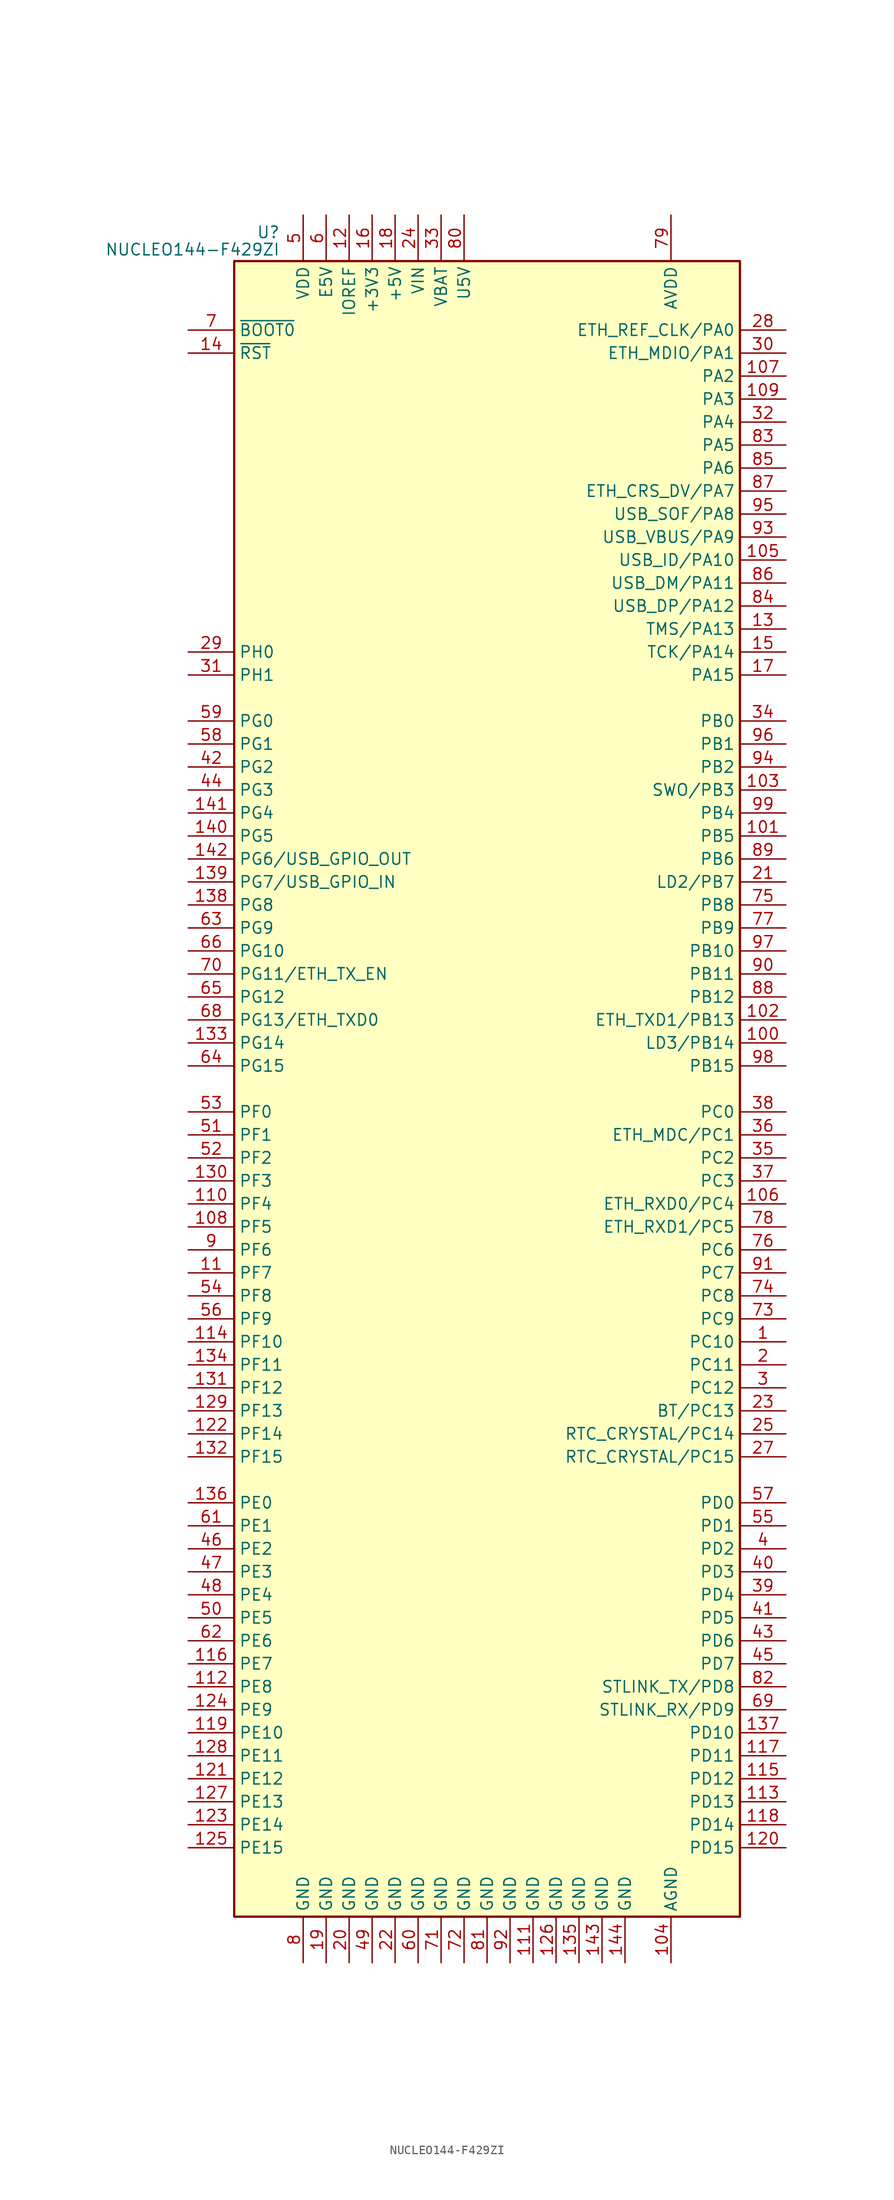
<source format=kicad_sym>
(kicad_symbol_lib
  (version 20211014)
  (generator kicad_symbol_editor)
  (symbol "NUCLEO144-F429ZI"
    (property "Reference" "U"
      (at -22.86 94.615 0)
      (effects (font (size 1.27 1.27)) (justify right)))
    (property "Value" "NUCLEO144-F429ZI"
      (at -22.86 92.71 0)
      (effects (font (size 1.27 1.27)) (justify right)))
    (symbol "NUCLEO144-F429ZI_0_1"
      (rectangle (start -27.94 -91.44) (end 27.94 91.44) (stroke (width 0.254) (type default) (color 0 0 0 0)) (fill (type background))))
    (symbol "NUCLEO144-F429ZI_1_1"
      (pin bidirectional line (at 33.02 -27.94 180) (length 5.08) (name "PC10" (effects (font (size 1.27 1.27)))) (number "1" (effects (font (size 1.27 1.27)))))
      (pin no_connect line (at -33.02 55.88 0) (length 5.08) hide (name "NC" (effects (font (size 1.27 1.27)))) (number "10" (effects (font (size 1.27 1.27)))))
      (pin bidirectional line (at 33.02 5.08 180) (length 5.08) (name "LD3/PB14" (effects (font (size 1.27 1.27)))) (number "100" (effects (font (size 1.27 1.27)))))
      (pin bidirectional line (at 33.02 27.94 180) (length 5.08) (name "PB5" (effects (font (size 1.27 1.27)))) (number "101" (effects (font (size 1.27 1.27)))))
      (pin bidirectional line (at 33.02 7.62 180) (length 5.08) (name "ETH_TXD1/PB13" (effects (font (size 1.27 1.27)))) (number "102" (effects (font (size 1.27 1.27)))))
      (pin bidirectional line (at 33.02 33.02 180) (length 5.08) (name "SWO/PB3" (effects (font (size 1.27 1.27)))) (number "103" (effects (font (size 1.27 1.27)))))
      (pin power_in line (at 20.32 -96.52 90) (length 5.08) (name "AGND" (effects (font (size 1.27 1.27)))) (number "104" (effects (font (size 1.27 1.27)))))
      (pin bidirectional line (at 33.02 58.42 180) (length 5.08) (name "USB_ID/PA10" (effects (font (size 1.27 1.27)))) (number "105" (effects (font (size 1.27 1.27)))))
      (pin bidirectional line (at 33.02 -12.7 180) (length 5.08) (name "ETH_RXD0/PC4" (effects (font (size 1.27 1.27)))) (number "106" (effects (font (size 1.27 1.27)))))
      (pin bidirectional line (at 33.02 78.74 180) (length 5.08) (name "PA2" (effects (font (size 1.27 1.27)))) (number "107" (effects (font (size 1.27 1.27)))))
      (pin bidirectional line (at -33.02 -15.24 0) (length 5.08) (name "PF5" (effects (font (size 1.27 1.27)))) (number "108" (effects (font (size 1.27 1.27)))))
      (pin bidirectional line (at 33.02 76.2 180) (length 5.08) (name "PA3" (effects (font (size 1.27 1.27)))) (number "109" (effects (font (size 1.27 1.27)))))
      (pin bidirectional line (at -33.02 -20.32 0) (length 5.08) (name "PF7" (effects (font (size 1.27 1.27)))) (number "11" (effects (font (size 1.27 1.27)))))
      (pin bidirectional line (at -33.02 -12.7 0) (length 5.08) (name "PF4" (effects (font (size 1.27 1.27)))) (number "110" (effects (font (size 1.27 1.27)))))
      (pin power_in line (at 5.08 -96.52 90) (length 5.08) (name "GND" (effects (font (size 1.27 1.27)))) (number "111" (effects (font (size 1.27 1.27)))))
      (pin bidirectional line (at -33.02 -66.04 0) (length 5.08) (name "PE8" (effects (font (size 1.27 1.27)))) (number "112" (effects (font (size 1.27 1.27)))))
      (pin bidirectional line (at 33.02 -78.74 180) (length 5.08) (name "PD13" (effects (font (size 1.27 1.27)))) (number "113" (effects (font (size 1.27 1.27)))))
      (pin bidirectional line (at -33.02 -27.94 0) (length 5.08) (name "PF10" (effects (font (size 1.27 1.27)))) (number "114" (effects (font (size 1.27 1.27)))))
      (pin bidirectional line (at 33.02 -76.2 180) (length 5.08) (name "PD12" (effects (font (size 1.27 1.27)))) (number "115" (effects (font (size 1.27 1.27)))))
      (pin bidirectional line (at -33.02 -63.5 0) (length 5.08) (name "PE7" (effects (font (size 1.27 1.27)))) (number "116" (effects (font (size 1.27 1.27)))))
      (pin bidirectional line (at 33.02 -73.66 180) (length 5.08) (name "PD11" (effects (font (size 1.27 1.27)))) (number "117" (effects (font (size 1.27 1.27)))))
      (pin bidirectional line (at 33.02 -81.28 180) (length 5.08) (name "PD14" (effects (font (size 1.27 1.27)))) (number "118" (effects (font (size 1.27 1.27)))))
      (pin bidirectional line (at -33.02 -71.12 0) (length 5.08) (name "PE10" (effects (font (size 1.27 1.27)))) (number "119" (effects (font (size 1.27 1.27)))))
      (pin power_in line (at -15.24 96.52 270) (length 5.08) (name "IOREF" (effects (font (size 1.27 1.27)))) (number "12" (effects (font (size 1.27 1.27)))))
      (pin bidirectional line (at 33.02 -83.82 180) (length 5.08) (name "PD15" (effects (font (size 1.27 1.27)))) (number "120" (effects (font (size 1.27 1.27)))))
      (pin bidirectional line (at -33.02 -76.2 0) (length 5.08) (name "PE12" (effects (font (size 1.27 1.27)))) (number "121" (effects (font (size 1.27 1.27)))))
      (pin bidirectional line (at -33.02 -38.1 0) (length 5.08) (name "PF14" (effects (font (size 1.27 1.27)))) (number "122" (effects (font (size 1.27 1.27)))))
      (pin bidirectional line (at -33.02 -81.28 0) (length 5.08) (name "PE14" (effects (font (size 1.27 1.27)))) (number "123" (effects (font (size 1.27 1.27)))))
      (pin bidirectional line (at -33.02 -68.58 0) (length 5.08) (name "PE9" (effects (font (size 1.27 1.27)))) (number "124" (effects (font (size 1.27 1.27)))))
      (pin bidirectional line (at -33.02 -83.82 0) (length 5.08) (name "PE15" (effects (font (size 1.27 1.27)))) (number "125" (effects (font (size 1.27 1.27)))))
      (pin power_in line (at 7.62 -96.52 90) (length 5.08) (name "GND" (effects (font (size 1.27 1.27)))) (number "126" (effects (font (size 1.27 1.27)))))
      (pin bidirectional line (at -33.02 -78.74 0) (length 5.08) (name "PE13" (effects (font (size 1.27 1.27)))) (number "127" (effects (font (size 1.27 1.27)))))
      (pin bidirectional line (at -33.02 -73.66 0) (length 5.08) (name "PE11" (effects (font (size 1.27 1.27)))) (number "128" (effects (font (size 1.27 1.27)))))
      (pin bidirectional line (at -33.02 -35.56 0) (length 5.08) (name "PF13" (effects (font (size 1.27 1.27)))) (number "129" (effects (font (size 1.27 1.27)))))
      (pin bidirectional line (at 33.02 50.8 180) (length 5.08) (name "TMS/PA13" (effects (font (size 1.27 1.27)))) (number "13" (effects (font (size 1.27 1.27)))))
      (pin bidirectional line (at -33.02 -10.16 0) (length 5.08) (name "PF3" (effects (font (size 1.27 1.27)))) (number "130" (effects (font (size 1.27 1.27)))))
      (pin bidirectional line (at -33.02 -33.02 0) (length 5.08) (name "PF12" (effects (font (size 1.27 1.27)))) (number "131" (effects (font (size 1.27 1.27)))))
      (pin bidirectional line (at -33.02 -40.64 0) (length 5.08) (name "PF15" (effects (font (size 1.27 1.27)))) (number "132" (effects (font (size 1.27 1.27)))))
      (pin bidirectional line (at -33.02 5.08 0) (length 5.08) (name "PG14" (effects (font (size 1.27 1.27)))) (number "133" (effects (font (size 1.27 1.27)))))
      (pin bidirectional line (at -33.02 -30.48 0) (length 5.08) (name "PF11" (effects (font (size 1.27 1.27)))) (number "134" (effects (font (size 1.27 1.27)))))
      (pin power_in line (at 10.16 -96.52 90) (length 5.08) (name "GND" (effects (font (size 1.27 1.27)))) (number "135" (effects (font (size 1.27 1.27)))))
      (pin bidirectional line (at -33.02 -45.72 0) (length 5.08) (name "PE0" (effects (font (size 1.27 1.27)))) (number "136" (effects (font (size 1.27 1.27)))))
      (pin bidirectional line (at 33.02 -71.12 180) (length 5.08) (name "PD10" (effects (font (size 1.27 1.27)))) (number "137" (effects (font (size 1.27 1.27)))))
      (pin bidirectional line (at -33.02 20.32 0) (length 5.08) (name "PG8" (effects (font (size 1.27 1.27)))) (number "138" (effects (font (size 1.27 1.27)))))
      (pin bidirectional line (at -33.02 22.86 0) (length 5.08) (name "PG7/USB_GPIO_IN" (effects (font (size 1.27 1.27)))) (number "139" (effects (font (size 1.27 1.27)))))
      (pin input line (at -33.02 81.28 0) (length 5.08) (name "~{RST}" (effects (font (size 1.27 1.27)))) (number "14" (effects (font (size 1.27 1.27)))))
      (pin bidirectional line (at -33.02 27.94 0) (length 5.08) (name "PG5" (effects (font (size 1.27 1.27)))) (number "140" (effects (font (size 1.27 1.27)))))
      (pin bidirectional line (at -33.02 30.48 0) (length 5.08) (name "PG4" (effects (font (size 1.27 1.27)))) (number "141" (effects (font (size 1.27 1.27)))))
      (pin bidirectional line (at -33.02 25.4 0) (length 5.08) (name "PG6/USB_GPIO_OUT" (effects (font (size 1.27 1.27)))) (number "142" (effects (font (size 1.27 1.27)))))
      (pin power_in line (at 12.7 -96.52 90) (length 5.08) (name "GND" (effects (font (size 1.27 1.27)))) (number "143" (effects (font (size 1.27 1.27)))))
      (pin power_in line (at 15.24 -96.52 90) (length 5.08) (name "GND" (effects (font (size 1.27 1.27)))) (number "144" (effects (font (size 1.27 1.27)))))
      (pin bidirectional line (at 33.02 48.26 180) (length 5.08) (name "TCK/PA14" (effects (font (size 1.27 1.27)))) (number "15" (effects (font (size 1.27 1.27)))))
      (pin power_in line (at -12.7 96.52 270) (length 5.08) (name "+3V3" (effects (font (size 1.27 1.27)))) (number "16" (effects (font (size 1.27 1.27)))))
      (pin bidirectional line (at 33.02 45.72 180) (length 5.08) (name "PA15" (effects (font (size 1.27 1.27)))) (number "17" (effects (font (size 1.27 1.27)))))
      (pin power_in line (at -10.16 96.52 270) (length 5.08) (name "+5V" (effects (font (size 1.27 1.27)))) (number "18" (effects (font (size 1.27 1.27)))))
      (pin power_in line (at -17.78 -96.52 90) (length 5.08) (name "GND" (effects (font (size 1.27 1.27)))) (number "19" (effects (font (size 1.27 1.27)))))
      (pin bidirectional line (at 33.02 -30.48 180) (length 5.08) (name "PC11" (effects (font (size 1.27 1.27)))) (number "2" (effects (font (size 1.27 1.27)))))
      (pin power_in line (at -15.24 -96.52 90) (length 5.08) (name "GND" (effects (font (size 1.27 1.27)))) (number "20" (effects (font (size 1.27 1.27)))))
      (pin bidirectional line (at 33.02 22.86 180) (length 5.08) (name "LD2/PB7" (effects (font (size 1.27 1.27)))) (number "21" (effects (font (size 1.27 1.27)))))
      (pin power_in line (at -10.16 -96.52 90) (length 5.08) (name "GND" (effects (font (size 1.27 1.27)))) (number "22" (effects (font (size 1.27 1.27)))))
      (pin bidirectional line (at 33.02 -35.56 180) (length 5.08) (name "BT/PC13" (effects (font (size 1.27 1.27)))) (number "23" (effects (font (size 1.27 1.27)))))
      (pin power_in line (at -7.62 96.52 270) (length 5.08) (name "VIN" (effects (font (size 1.27 1.27)))) (number "24" (effects (font (size 1.27 1.27)))))
      (pin bidirectional line (at 33.02 -38.1 180) (length 5.08) (name "RTC_CRYSTAL/PC14" (effects (font (size 1.27 1.27)))) (number "25" (effects (font (size 1.27 1.27)))))
      (pin no_connect line (at -33.02 58.42 0) (length 5.08) hide (name "NC" (effects (font (size 1.27 1.27)))) (number "26" (effects (font (size 1.27 1.27)))))
      (pin bidirectional line (at 33.02 -40.64 180) (length 5.08) (name "RTC_CRYSTAL/PC15" (effects (font (size 1.27 1.27)))) (number "27" (effects (font (size 1.27 1.27)))))
      (pin bidirectional line (at 33.02 83.82 180) (length 5.08) (name "ETH_REF_CLK/PA0" (effects (font (size 1.27 1.27)))) (number "28" (effects (font (size 1.27 1.27)))))
      (pin bidirectional line (at -33.02 48.26 0) (length 5.08) (name "PH0" (effects (font (size 1.27 1.27)))) (number "29" (effects (font (size 1.27 1.27)))))
      (pin bidirectional line (at 33.02 -33.02 180) (length 5.08) (name "PC12" (effects (font (size 1.27 1.27)))) (number "3" (effects (font (size 1.27 1.27)))))
      (pin bidirectional line (at 33.02 81.28 180) (length 5.08) (name "ETH_MDIO/PA1" (effects (font (size 1.27 1.27)))) (number "30" (effects (font (size 1.27 1.27)))))
      (pin bidirectional line (at -33.02 45.72 0) (length 5.08) (name "PH1" (effects (font (size 1.27 1.27)))) (number "31" (effects (font (size 1.27 1.27)))))
      (pin bidirectional line (at 33.02 73.66 180) (length 5.08) (name "PA4" (effects (font (size 1.27 1.27)))) (number "32" (effects (font (size 1.27 1.27)))))
      (pin power_in line (at -5.08 96.52 270) (length 5.08) (name "VBAT" (effects (font (size 1.27 1.27)))) (number "33" (effects (font (size 1.27 1.27)))))
      (pin bidirectional line (at 33.02 40.64 180) (length 5.08) (name "PB0" (effects (font (size 1.27 1.27)))) (number "34" (effects (font (size 1.27 1.27)))))
      (pin bidirectional line (at 33.02 -7.62 180) (length 5.08) (name "PC2" (effects (font (size 1.27 1.27)))) (number "35" (effects (font (size 1.27 1.27)))))
      (pin bidirectional line (at 33.02 -5.08 180) (length 5.08) (name "ETH_MDC/PC1" (effects (font (size 1.27 1.27)))) (number "36" (effects (font (size 1.27 1.27)))))
      (pin bidirectional line (at 33.02 -10.16 180) (length 5.08) (name "PC3" (effects (font (size 1.27 1.27)))) (number "37" (effects (font (size 1.27 1.27)))))
      (pin bidirectional line (at 33.02 -2.54 180) (length 5.08) (name "PC0" (effects (font (size 1.27 1.27)))) (number "38" (effects (font (size 1.27 1.27)))))
      (pin bidirectional line (at 33.02 -55.88 180) (length 5.08) (name "PD4" (effects (font (size 1.27 1.27)))) (number "39" (effects (font (size 1.27 1.27)))))
      (pin bidirectional line (at 33.02 -50.8 180) (length 5.08) (name "PD2" (effects (font (size 1.27 1.27)))) (number "4" (effects (font (size 1.27 1.27)))))
      (pin bidirectional line (at 33.02 -53.34 180) (length 5.08) (name "PD3" (effects (font (size 1.27 1.27)))) (number "40" (effects (font (size 1.27 1.27)))))
      (pin bidirectional line (at 33.02 -58.42 180) (length 5.08) (name "PD5" (effects (font (size 1.27 1.27)))) (number "41" (effects (font (size 1.27 1.27)))))
      (pin bidirectional line (at -33.02 35.56 0) (length 5.08) (name "PG2" (effects (font (size 1.27 1.27)))) (number "42" (effects (font (size 1.27 1.27)))))
      (pin bidirectional line (at 33.02 -60.96 180) (length 5.08) (name "PD6" (effects (font (size 1.27 1.27)))) (number "43" (effects (font (size 1.27 1.27)))))
      (pin bidirectional line (at -33.02 33.02 0) (length 5.08) (name "PG3" (effects (font (size 1.27 1.27)))) (number "44" (effects (font (size 1.27 1.27)))))
      (pin bidirectional line (at 33.02 -63.5 180) (length 5.08) (name "PD7" (effects (font (size 1.27 1.27)))) (number "45" (effects (font (size 1.27 1.27)))))
      (pin bidirectional line (at -33.02 -50.8 0) (length 5.08) (name "PE2" (effects (font (size 1.27 1.27)))) (number "46" (effects (font (size 1.27 1.27)))))
      (pin bidirectional line (at -33.02 -53.34 0) (length 5.08) (name "PE3" (effects (font (size 1.27 1.27)))) (number "47" (effects (font (size 1.27 1.27)))))
      (pin bidirectional line (at -33.02 -55.88 0) (length 5.08) (name "PE4" (effects (font (size 1.27 1.27)))) (number "48" (effects (font (size 1.27 1.27)))))
      (pin power_in line (at -12.7 -96.52 90) (length 5.08) (name "GND" (effects (font (size 1.27 1.27)))) (number "49" (effects (font (size 1.27 1.27)))))
      (pin power_in line (at -20.32 96.52 270) (length 5.08) (name "VDD" (effects (font (size 1.27 1.27)))) (number "5" (effects (font (size 1.27 1.27)))))
      (pin bidirectional line (at -33.02 -58.42 0) (length 5.08) (name "PE5" (effects (font (size 1.27 1.27)))) (number "50" (effects (font (size 1.27 1.27)))))
      (pin bidirectional line (at -33.02 -5.08 0) (length 5.08) (name "PF1" (effects (font (size 1.27 1.27)))) (number "51" (effects (font (size 1.27 1.27)))))
      (pin bidirectional line (at -33.02 -7.62 0) (length 5.08) (name "PF2" (effects (font (size 1.27 1.27)))) (number "52" (effects (font (size 1.27 1.27)))))
      (pin bidirectional line (at -33.02 -2.54 0) (length 5.08) (name "PF0" (effects (font (size 1.27 1.27)))) (number "53" (effects (font (size 1.27 1.27)))))
      (pin bidirectional line (at -33.02 -22.86 0) (length 5.08) (name "PF8" (effects (font (size 1.27 1.27)))) (number "54" (effects (font (size 1.27 1.27)))))
      (pin bidirectional line (at 33.02 -48.26 180) (length 5.08) (name "PD1" (effects (font (size 1.27 1.27)))) (number "55" (effects (font (size 1.27 1.27)))))
      (pin bidirectional line (at -33.02 -25.4 0) (length 5.08) (name "PF9" (effects (font (size 1.27 1.27)))) (number "56" (effects (font (size 1.27 1.27)))))
      (pin bidirectional line (at 33.02 -45.72 180) (length 5.08) (name "PD0" (effects (font (size 1.27 1.27)))) (number "57" (effects (font (size 1.27 1.27)))))
      (pin bidirectional line (at -33.02 38.1 0) (length 5.08) (name "PG1" (effects (font (size 1.27 1.27)))) (number "58" (effects (font (size 1.27 1.27)))))
      (pin bidirectional line (at -33.02 40.64 0) (length 5.08) (name "PG0" (effects (font (size 1.27 1.27)))) (number "59" (effects (font (size 1.27 1.27)))))
      (pin power_in line (at -17.78 96.52 270) (length 5.08) (name "E5V" (effects (font (size 1.27 1.27)))) (number "6" (effects (font (size 1.27 1.27)))))
      (pin power_in line (at -7.62 -96.52 90) (length 5.08) (name "GND" (effects (font (size 1.27 1.27)))) (number "60" (effects (font (size 1.27 1.27)))))
      (pin bidirectional line (at -33.02 -48.26 0) (length 5.08) (name "PE1" (effects (font (size 1.27 1.27)))) (number "61" (effects (font (size 1.27 1.27)))))
      (pin bidirectional line (at -33.02 -60.96 0) (length 5.08) (name "PE6" (effects (font (size 1.27 1.27)))) (number "62" (effects (font (size 1.27 1.27)))))
      (pin bidirectional line (at -33.02 17.78 0) (length 5.08) (name "PG9" (effects (font (size 1.27 1.27)))) (number "63" (effects (font (size 1.27 1.27)))))
      (pin bidirectional line (at -33.02 2.54 0) (length 5.08) (name "PG15" (effects (font (size 1.27 1.27)))) (number "64" (effects (font (size 1.27 1.27)))))
      (pin bidirectional line (at -33.02 10.16 0) (length 5.08) (name "PG12" (effects (font (size 1.27 1.27)))) (number "65" (effects (font (size 1.27 1.27)))))
      (pin bidirectional line (at -33.02 15.24 0) (length 5.08) (name "PG10" (effects (font (size 1.27 1.27)))) (number "66" (effects (font (size 1.27 1.27)))))
      (pin no_connect line (at -33.02 53.34 0) (length 5.08) hide (name "NC" (effects (font (size 1.27 1.27)))) (number "67" (effects (font (size 1.27 1.27)))))
      (pin bidirectional line (at -33.02 7.62 0) (length 5.08) (name "PG13/ETH_TXD0" (effects (font (size 1.27 1.27)))) (number "68" (effects (font (size 1.27 1.27)))))
      (pin bidirectional line (at 33.02 -68.58 180) (length 5.08) (name "STLINK_RX/PD9" (effects (font (size 1.27 1.27)))) (number "69" (effects (font (size 1.27 1.27)))))
      (pin input line (at -33.02 83.82 0) (length 5.08) (name "~{BOOT0}" (effects (font (size 1.27 1.27)))) (number "7" (effects (font (size 1.27 1.27)))))
      (pin bidirectional line (at -33.02 12.7 0) (length 5.08) (name "PG11/ETH_TX_EN" (effects (font (size 1.27 1.27)))) (number "70" (effects (font (size 1.27 1.27)))))
      (pin power_in line (at -5.08 -96.52 90) (length 5.08) (name "GND" (effects (font (size 1.27 1.27)))) (number "71" (effects (font (size 1.27 1.27)))))
      (pin power_in line (at -2.54 -96.52 90) (length 5.08) (name "GND" (effects (font (size 1.27 1.27)))) (number "72" (effects (font (size 1.27 1.27)))))
      (pin bidirectional line (at 33.02 -25.4 180) (length 5.08) (name "PC9" (effects (font (size 1.27 1.27)))) (number "73" (effects (font (size 1.27 1.27)))))
      (pin bidirectional line (at 33.02 -22.86 180) (length 5.08) (name "PC8" (effects (font (size 1.27 1.27)))) (number "74" (effects (font (size 1.27 1.27)))))
      (pin bidirectional line (at 33.02 20.32 180) (length 5.08) (name "PB8" (effects (font (size 1.27 1.27)))) (number "75" (effects (font (size 1.27 1.27)))))
      (pin bidirectional line (at 33.02 -17.78 180) (length 5.08) (name "PC6" (effects (font (size 1.27 1.27)))) (number "76" (effects (font (size 1.27 1.27)))))
      (pin bidirectional line (at 33.02 17.78 180) (length 5.08) (name "PB9" (effects (font (size 1.27 1.27)))) (number "77" (effects (font (size 1.27 1.27)))))
      (pin bidirectional line (at 33.02 -15.24 180) (length 5.08) (name "ETH_RXD1/PC5" (effects (font (size 1.27 1.27)))) (number "78" (effects (font (size 1.27 1.27)))))
      (pin power_in line (at 20.32 96.52 270) (length 5.08) (name "AVDD" (effects (font (size 1.27 1.27)))) (number "79" (effects (font (size 1.27 1.27)))))
      (pin power_in line (at -20.32 -96.52 90) (length 5.08) (name "GND" (effects (font (size 1.27 1.27)))) (number "8" (effects (font (size 1.27 1.27)))))
      (pin power_in line (at -2.54 96.52 270) (length 5.08) (name "U5V" (effects (font (size 1.27 1.27)))) (number "80" (effects (font (size 1.27 1.27)))))
      (pin power_in line (at 0 -96.52 90) (length 5.08) (name "GND" (effects (font (size 1.27 1.27)))) (number "81" (effects (font (size 1.27 1.27)))))
      (pin bidirectional line (at 33.02 -66.04 180) (length 5.08) (name "STLINK_TX/PD8" (effects (font (size 1.27 1.27)))) (number "82" (effects (font (size 1.27 1.27)))))
      (pin bidirectional line (at 33.02 71.12 180) (length 5.08) (name "PA5" (effects (font (size 1.27 1.27)))) (number "83" (effects (font (size 1.27 1.27)))))
      (pin bidirectional line (at 33.02 53.34 180) (length 5.08) (name "USB_DP/PA12" (effects (font (size 1.27 1.27)))) (number "84" (effects (font (size 1.27 1.27)))))
      (pin bidirectional line (at 33.02 68.58 180) (length 5.08) (name "PA6" (effects (font (size 1.27 1.27)))) (number "85" (effects (font (size 1.27 1.27)))))
      (pin bidirectional line (at 33.02 55.88 180) (length 5.08) (name "USB_DM/PA11" (effects (font (size 1.27 1.27)))) (number "86" (effects (font (size 1.27 1.27)))))
      (pin bidirectional line (at 33.02 66.04 180) (length 5.08) (name "ETH_CRS_DV/PA7" (effects (font (size 1.27 1.27)))) (number "87" (effects (font (size 1.27 1.27)))))
      (pin bidirectional line (at 33.02 10.16 180) (length 5.08) (name "PB12" (effects (font (size 1.27 1.27)))) (number "88" (effects (font (size 1.27 1.27)))))
      (pin bidirectional line (at 33.02 25.4 180) (length 5.08) (name "PB6" (effects (font (size 1.27 1.27)))) (number "89" (effects (font (size 1.27 1.27)))))
      (pin bidirectional line (at -33.02 -17.78 0) (length 5.08) (name "PF6" (effects (font (size 1.27 1.27)))) (number "9" (effects (font (size 1.27 1.27)))))
      (pin bidirectional line (at 33.02 12.7 180) (length 5.08) (name "PB11" (effects (font (size 1.27 1.27)))) (number "90" (effects (font (size 1.27 1.27)))))
      (pin bidirectional line (at 33.02 -20.32 180) (length 5.08) (name "PC7" (effects (font (size 1.27 1.27)))) (number "91" (effects (font (size 1.27 1.27)))))
      (pin power_in line (at 2.54 -96.52 90) (length 5.08) (name "GND" (effects (font (size 1.27 1.27)))) (number "92" (effects (font (size 1.27 1.27)))))
      (pin bidirectional line (at 33.02 60.96 180) (length 5.08) (name "USB_VBUS/PA9" (effects (font (size 1.27 1.27)))) (number "93" (effects (font (size 1.27 1.27)))))
      (pin bidirectional line (at 33.02 35.56 180) (length 5.08) (name "PB2" (effects (font (size 1.27 1.27)))) (number "94" (effects (font (size 1.27 1.27)))))
      (pin bidirectional line (at 33.02 63.5 180) (length 5.08) (name "USB_SOF/PA8" (effects (font (size 1.27 1.27)))) (number "95" (effects (font (size 1.27 1.27)))))
      (pin bidirectional line (at 33.02 38.1 180) (length 5.08) (name "PB1" (effects (font (size 1.27 1.27)))) (number "96" (effects (font (size 1.27 1.27)))))
      (pin bidirectional line (at 33.02 15.24 180) (length 5.08) (name "PB10" (effects (font (size 1.27 1.27)))) (number "97" (effects (font (size 1.27 1.27)))))
      (pin bidirectional line (at 33.02 2.54 180) (length 5.08) (name "PB15" (effects (font (size 1.27 1.27)))) (number "98" (effects (font (size 1.27 1.27)))))
      (pin bidirectional line (at 33.02 30.48 180) (length 5.08) (name "PB4" (effects (font (size 1.27 1.27)))) (number "99" (effects (font (size 1.27 1.27))))))))
</source>
